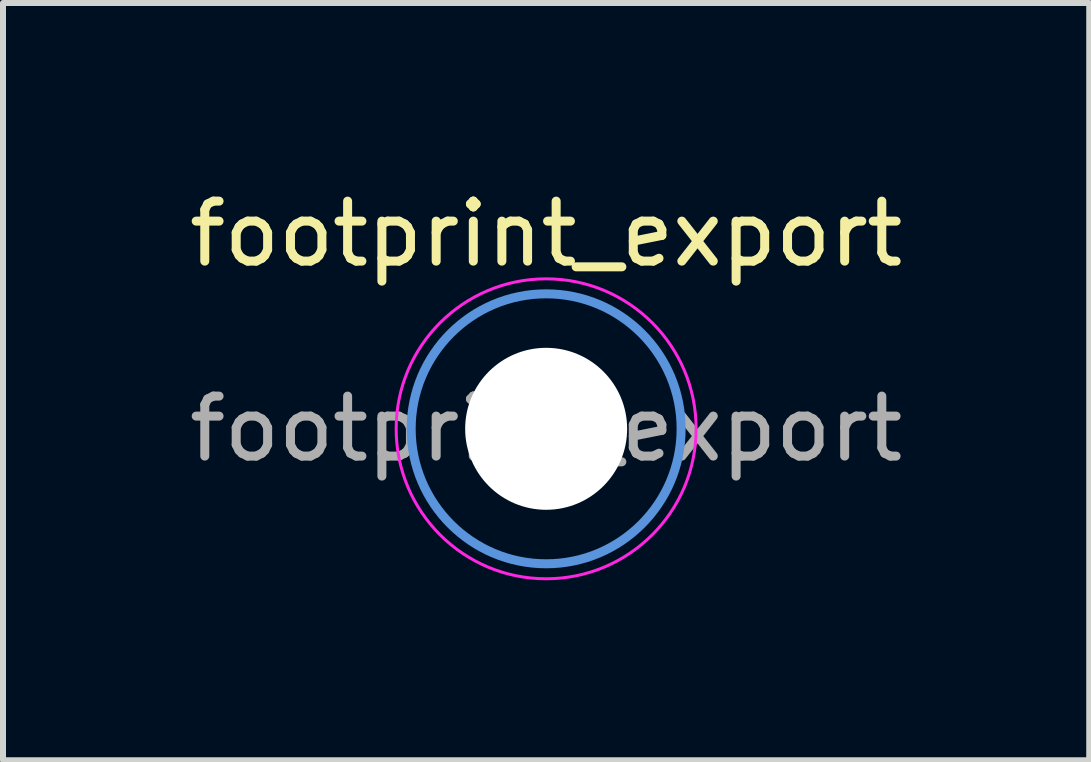
<source format=kicad_pcb>
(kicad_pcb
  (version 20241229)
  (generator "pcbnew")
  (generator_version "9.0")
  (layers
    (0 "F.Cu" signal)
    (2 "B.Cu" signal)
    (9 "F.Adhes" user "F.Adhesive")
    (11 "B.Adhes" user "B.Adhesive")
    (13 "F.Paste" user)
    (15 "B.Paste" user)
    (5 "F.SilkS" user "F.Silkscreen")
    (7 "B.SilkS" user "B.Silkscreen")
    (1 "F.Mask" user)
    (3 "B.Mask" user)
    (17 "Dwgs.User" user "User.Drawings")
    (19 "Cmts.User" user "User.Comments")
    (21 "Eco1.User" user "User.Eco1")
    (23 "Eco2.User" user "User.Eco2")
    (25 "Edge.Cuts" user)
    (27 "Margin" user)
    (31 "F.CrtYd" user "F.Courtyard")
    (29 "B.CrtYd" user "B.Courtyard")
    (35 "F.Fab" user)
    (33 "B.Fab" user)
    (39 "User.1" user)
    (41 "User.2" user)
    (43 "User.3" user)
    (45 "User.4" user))
  (footprint "footprint_export"
    (layer "F.Cu")
    (at 6.054 4.098)
    (property "Reference" "footprint_export" (at 0 -3.25 0) (layer "F.SilkS") (effects (font (size 1 1) (thickness 0.15))))
    (attr exclude_from_pos_files exclude_from_bom)
    (fp_circle (center 0 0) (end 2.25 0) (stroke (width 0.15) (type solid)) (fill no) (layer "Cmts.User"))
    (fp_circle (center 0 0) (end 2.5 0) (stroke (width 0.05) (type solid)) (fill no) (layer "F.CrtYd"))
    (fp_text user "${REFERENCE}" (at 0 0 0) (layer "F.Fab") (effects (font (size 1 1) (thickness 0.15))))
    (pad "" np_thru_hole circle (at 0 0) (size 2.7 2.7) (drill 2.7) (layers "*.Cu" "*.Mask")))
  (gr_rect
    (start -3 -3)
    (end 15.107 9.623)
    (stroke (width 0.1) (type default))
    (fill no)
    (layer "Edge.Cuts")))
</source>
